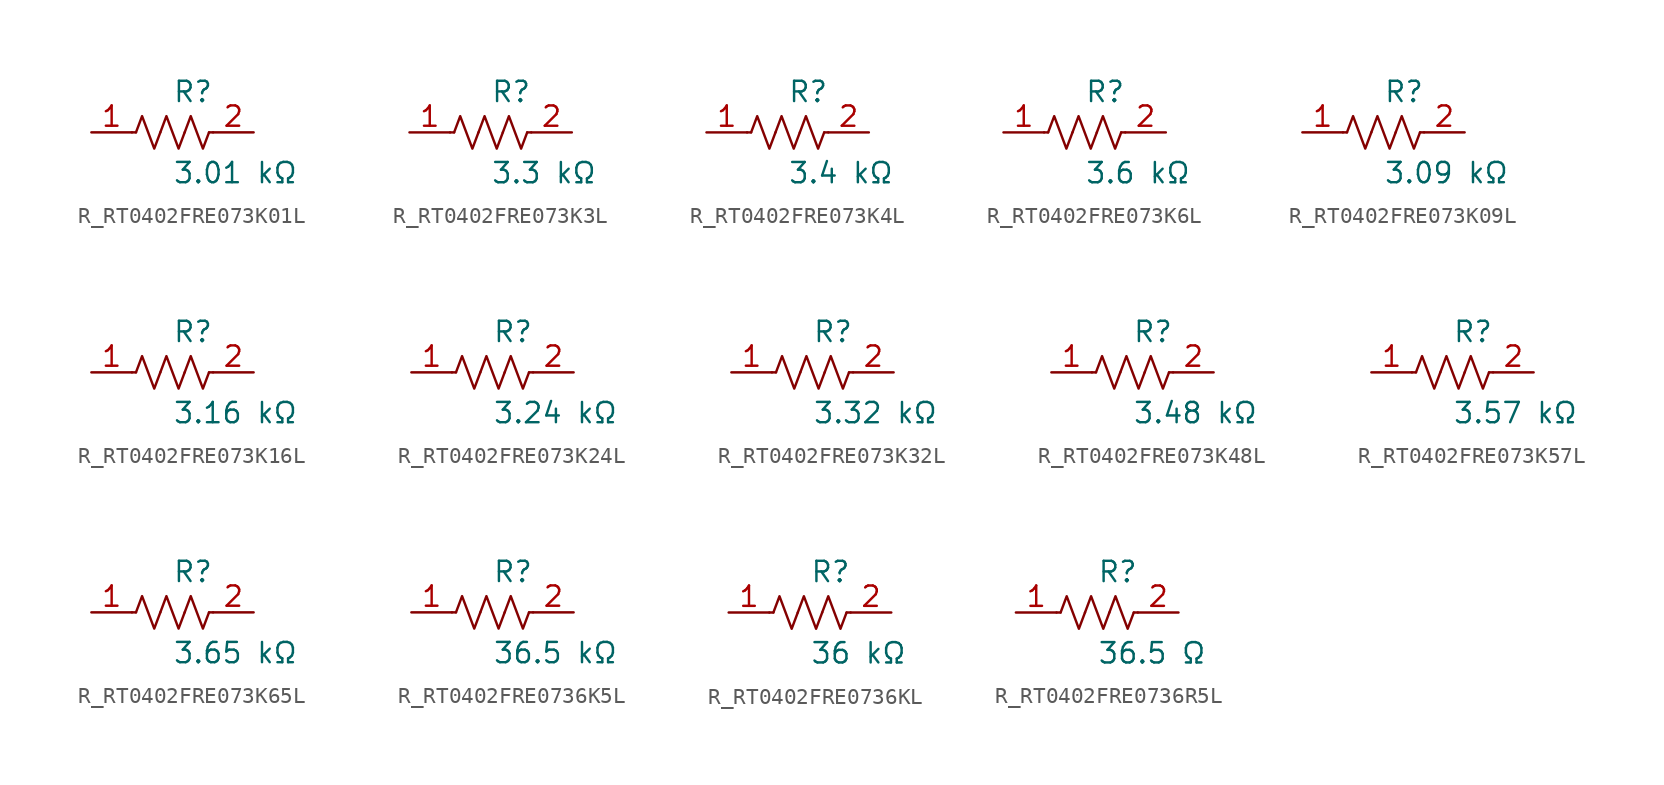
<source format=kicad_sym>
(kicad_symbol_lib
  (version 20231120)
  (generator kicad_symbol_editor)
  (generator_version 8.0)
  (symbol "R_RT0402FRE073K01L"
    (pin_names
      (offset 0.254))
    (property "Reference" "R"
      (at 0.0 2.54 0)
      (effects (font (size 1.27 1.27)) (justify left)))
    (property "Value" "3.01 kΩ"
      (at 0.0 -2.54 0)
      (effects (font (size 1.27 1.27)) (justify left)))
    (symbol "R_RT0402FRE073K01L_0_1"
      (polyline (pts (xy 2.286 0) (xy 2.54 0)) (stroke (width 0) (type default)) (fill (type none)))
      (polyline (pts (xy -2.286 0) (xy -2.54 0)) (stroke (width 0) (type default)) (fill (type none)))
      (polyline (pts (xy 0.762 0) (xy 1.143 1.016) (xy 1.524 0) (xy 1.905 -1.016) (xy 2.286 0)) (stroke (width 0) (type default)) (fill (type none)))
      (polyline (pts (xy -0.762 0) (xy -0.381 1.016) (xy 0 0) (xy 0.381 -1.016) (xy 0.762 0)) (stroke (width 0) (type default)) (fill (type none)))
      (polyline (pts (xy -2.286 0) (xy -1.905 1.016) (xy -1.524 0) (xy -1.143 -1.016) (xy -0.762 0)) (stroke (width 0) (type default)) (fill (type none))))
    (pin unspecified line
      (at -5.08 0 0)
      (length 2.54)
      (name "" (effects (font (size 1.27 1.27))))
      (number "1" (effects (font (size 1.27 1.27)))))
    (pin unspecified line
      (at 5.08 0 180)
      (length 2.54)
      (name "" (effects (font (size 1.27 1.27))))
      (number "2" (effects (font (size 1.27 1.27))))))
  (symbol "R_RT0402FRE073K3L"
    (pin_names
      (offset 0.254))
    (property "Reference" "R"
      (at 0.0 2.54 0)
      (effects (font (size 1.27 1.27)) (justify left)))
    (property "Value" "3.3 kΩ"
      (at 0.0 -2.54 0)
      (effects (font (size 1.27 1.27)) (justify left)))
    (symbol "R_RT0402FRE073K3L_0_1"
      (polyline (pts (xy 2.286 0) (xy 2.54 0)) (stroke (width 0) (type default)) (fill (type none)))
      (polyline (pts (xy -2.286 0) (xy -2.54 0)) (stroke (width 0) (type default)) (fill (type none)))
      (polyline (pts (xy 0.762 0) (xy 1.143 1.016) (xy 1.524 0) (xy 1.905 -1.016) (xy 2.286 0)) (stroke (width 0) (type default)) (fill (type none)))
      (polyline (pts (xy -0.762 0) (xy -0.381 1.016) (xy 0 0) (xy 0.381 -1.016) (xy 0.762 0)) (stroke (width 0) (type default)) (fill (type none)))
      (polyline (pts (xy -2.286 0) (xy -1.905 1.016) (xy -1.524 0) (xy -1.143 -1.016) (xy -0.762 0)) (stroke (width 0) (type default)) (fill (type none))))
    (pin unspecified line
      (at -5.08 0 0)
      (length 2.54)
      (name "" (effects (font (size 1.27 1.27))))
      (number "1" (effects (font (size 1.27 1.27)))))
    (pin unspecified line
      (at 5.08 0 180)
      (length 2.54)
      (name "" (effects (font (size 1.27 1.27))))
      (number "2" (effects (font (size 1.27 1.27))))))
  (symbol "R_RT0402FRE073K4L"
    (pin_names
      (offset 0.254))
    (property "Reference" "R"
      (at 0.0 2.54 0)
      (effects (font (size 1.27 1.27)) (justify left)))
    (property "Value" "3.4 kΩ"
      (at 0.0 -2.54 0)
      (effects (font (size 1.27 1.27)) (justify left)))
    (symbol "R_RT0402FRE073K4L_0_1"
      (polyline (pts (xy 2.286 0) (xy 2.54 0)) (stroke (width 0) (type default)) (fill (type none)))
      (polyline (pts (xy -2.286 0) (xy -2.54 0)) (stroke (width 0) (type default)) (fill (type none)))
      (polyline (pts (xy 0.762 0) (xy 1.143 1.016) (xy 1.524 0) (xy 1.905 -1.016) (xy 2.286 0)) (stroke (width 0) (type default)) (fill (type none)))
      (polyline (pts (xy -0.762 0) (xy -0.381 1.016) (xy 0 0) (xy 0.381 -1.016) (xy 0.762 0)) (stroke (width 0) (type default)) (fill (type none)))
      (polyline (pts (xy -2.286 0) (xy -1.905 1.016) (xy -1.524 0) (xy -1.143 -1.016) (xy -0.762 0)) (stroke (width 0) (type default)) (fill (type none))))
    (pin unspecified line
      (at -5.08 0 0)
      (length 2.54)
      (name "" (effects (font (size 1.27 1.27))))
      (number "1" (effects (font (size 1.27 1.27)))))
    (pin unspecified line
      (at 5.08 0 180)
      (length 2.54)
      (name "" (effects (font (size 1.27 1.27))))
      (number "2" (effects (font (size 1.27 1.27))))))
  (symbol "R_RT0402FRE073K6L"
    (pin_names
      (offset 0.254))
    (property "Reference" "R"
      (at 0.0 2.54 0)
      (effects (font (size 1.27 1.27)) (justify left)))
    (property "Value" "3.6 kΩ"
      (at 0.0 -2.54 0)
      (effects (font (size 1.27 1.27)) (justify left)))
    (symbol "R_RT0402FRE073K6L_0_1"
      (polyline (pts (xy 2.286 0) (xy 2.54 0)) (stroke (width 0) (type default)) (fill (type none)))
      (polyline (pts (xy -2.286 0) (xy -2.54 0)) (stroke (width 0) (type default)) (fill (type none)))
      (polyline (pts (xy 0.762 0) (xy 1.143 1.016) (xy 1.524 0) (xy 1.905 -1.016) (xy 2.286 0)) (stroke (width 0) (type default)) (fill (type none)))
      (polyline (pts (xy -0.762 0) (xy -0.381 1.016) (xy 0 0) (xy 0.381 -1.016) (xy 0.762 0)) (stroke (width 0) (type default)) (fill (type none)))
      (polyline (pts (xy -2.286 0) (xy -1.905 1.016) (xy -1.524 0) (xy -1.143 -1.016) (xy -0.762 0)) (stroke (width 0) (type default)) (fill (type none))))
    (pin unspecified line
      (at -5.08 0 0)
      (length 2.54)
      (name "" (effects (font (size 1.27 1.27))))
      (number "1" (effects (font (size 1.27 1.27)))))
    (pin unspecified line
      (at 5.08 0 180)
      (length 2.54)
      (name "" (effects (font (size 1.27 1.27))))
      (number "2" (effects (font (size 1.27 1.27))))))
  (symbol "R_RT0402FRE073K09L"
    (pin_names
      (offset 0.254))
    (property "Reference" "R"
      (at 0.0 2.54 0)
      (effects (font (size 1.27 1.27)) (justify left)))
    (property "Value" "3.09 kΩ"
      (at 0.0 -2.54 0)
      (effects (font (size 1.27 1.27)) (justify left)))
    (symbol "R_RT0402FRE073K09L_0_1"
      (polyline (pts (xy 2.286 0) (xy 2.54 0)) (stroke (width 0) (type default)) (fill (type none)))
      (polyline (pts (xy -2.286 0) (xy -2.54 0)) (stroke (width 0) (type default)) (fill (type none)))
      (polyline (pts (xy 0.762 0) (xy 1.143 1.016) (xy 1.524 0) (xy 1.905 -1.016) (xy 2.286 0)) (stroke (width 0) (type default)) (fill (type none)))
      (polyline (pts (xy -0.762 0) (xy -0.381 1.016) (xy 0 0) (xy 0.381 -1.016) (xy 0.762 0)) (stroke (width 0) (type default)) (fill (type none)))
      (polyline (pts (xy -2.286 0) (xy -1.905 1.016) (xy -1.524 0) (xy -1.143 -1.016) (xy -0.762 0)) (stroke (width 0) (type default)) (fill (type none))))
    (pin unspecified line
      (at -5.08 0 0)
      (length 2.54)
      (name "" (effects (font (size 1.27 1.27))))
      (number "1" (effects (font (size 1.27 1.27)))))
    (pin unspecified line
      (at 5.08 0 180)
      (length 2.54)
      (name "" (effects (font (size 1.27 1.27))))
      (number "2" (effects (font (size 1.27 1.27))))))
  (symbol "R_RT0402FRE073K16L"
    (pin_names
      (offset 0.254))
    (property "Reference" "R"
      (at 0.0 2.54 0)
      (effects (font (size 1.27 1.27)) (justify left)))
    (property "Value" "3.16 kΩ"
      (at 0.0 -2.54 0)
      (effects (font (size 1.27 1.27)) (justify left)))
    (symbol "R_RT0402FRE073K16L_0_1"
      (polyline (pts (xy 2.286 0) (xy 2.54 0)) (stroke (width 0) (type default)) (fill (type none)))
      (polyline (pts (xy -2.286 0) (xy -2.54 0)) (stroke (width 0) (type default)) (fill (type none)))
      (polyline (pts (xy 0.762 0) (xy 1.143 1.016) (xy 1.524 0) (xy 1.905 -1.016) (xy 2.286 0)) (stroke (width 0) (type default)) (fill (type none)))
      (polyline (pts (xy -0.762 0) (xy -0.381 1.016) (xy 0 0) (xy 0.381 -1.016) (xy 0.762 0)) (stroke (width 0) (type default)) (fill (type none)))
      (polyline (pts (xy -2.286 0) (xy -1.905 1.016) (xy -1.524 0) (xy -1.143 -1.016) (xy -0.762 0)) (stroke (width 0) (type default)) (fill (type none))))
    (pin unspecified line
      (at -5.08 0 0)
      (length 2.54)
      (name "" (effects (font (size 1.27 1.27))))
      (number "1" (effects (font (size 1.27 1.27)))))
    (pin unspecified line
      (at 5.08 0 180)
      (length 2.54)
      (name "" (effects (font (size 1.27 1.27))))
      (number "2" (effects (font (size 1.27 1.27))))))
  (symbol "R_RT0402FRE073K24L"
    (pin_names
      (offset 0.254))
    (property "Reference" "R"
      (at 0.0 2.54 0)
      (effects (font (size 1.27 1.27)) (justify left)))
    (property "Value" "3.24 kΩ"
      (at 0.0 -2.54 0)
      (effects (font (size 1.27 1.27)) (justify left)))
    (symbol "R_RT0402FRE073K24L_0_1"
      (polyline (pts (xy 2.286 0) (xy 2.54 0)) (stroke (width 0) (type default)) (fill (type none)))
      (polyline (pts (xy -2.286 0) (xy -2.54 0)) (stroke (width 0) (type default)) (fill (type none)))
      (polyline (pts (xy 0.762 0) (xy 1.143 1.016) (xy 1.524 0) (xy 1.905 -1.016) (xy 2.286 0)) (stroke (width 0) (type default)) (fill (type none)))
      (polyline (pts (xy -0.762 0) (xy -0.381 1.016) (xy 0 0) (xy 0.381 -1.016) (xy 0.762 0)) (stroke (width 0) (type default)) (fill (type none)))
      (polyline (pts (xy -2.286 0) (xy -1.905 1.016) (xy -1.524 0) (xy -1.143 -1.016) (xy -0.762 0)) (stroke (width 0) (type default)) (fill (type none))))
    (pin unspecified line
      (at -5.08 0 0)
      (length 2.54)
      (name "" (effects (font (size 1.27 1.27))))
      (number "1" (effects (font (size 1.27 1.27)))))
    (pin unspecified line
      (at 5.08 0 180)
      (length 2.54)
      (name "" (effects (font (size 1.27 1.27))))
      (number "2" (effects (font (size 1.27 1.27))))))
  (symbol "R_RT0402FRE073K32L"
    (pin_names
      (offset 0.254))
    (property "Reference" "R"
      (at 0.0 2.54 0)
      (effects (font (size 1.27 1.27)) (justify left)))
    (property "Value" "3.32 kΩ"
      (at 0.0 -2.54 0)
      (effects (font (size 1.27 1.27)) (justify left)))
    (symbol "R_RT0402FRE073K32L_0_1"
      (polyline (pts (xy 2.286 0) (xy 2.54 0)) (stroke (width 0) (type default)) (fill (type none)))
      (polyline (pts (xy -2.286 0) (xy -2.54 0)) (stroke (width 0) (type default)) (fill (type none)))
      (polyline (pts (xy 0.762 0) (xy 1.143 1.016) (xy 1.524 0) (xy 1.905 -1.016) (xy 2.286 0)) (stroke (width 0) (type default)) (fill (type none)))
      (polyline (pts (xy -0.762 0) (xy -0.381 1.016) (xy 0 0) (xy 0.381 -1.016) (xy 0.762 0)) (stroke (width 0) (type default)) (fill (type none)))
      (polyline (pts (xy -2.286 0) (xy -1.905 1.016) (xy -1.524 0) (xy -1.143 -1.016) (xy -0.762 0)) (stroke (width 0) (type default)) (fill (type none))))
    (pin unspecified line
      (at -5.08 0 0)
      (length 2.54)
      (name "" (effects (font (size 1.27 1.27))))
      (number "1" (effects (font (size 1.27 1.27)))))
    (pin unspecified line
      (at 5.08 0 180)
      (length 2.54)
      (name "" (effects (font (size 1.27 1.27))))
      (number "2" (effects (font (size 1.27 1.27))))))
  (symbol "R_RT0402FRE073K48L"
    (pin_names
      (offset 0.254))
    (property "Reference" "R"
      (at 0.0 2.54 0)
      (effects (font (size 1.27 1.27)) (justify left)))
    (property "Value" "3.48 kΩ"
      (at 0.0 -2.54 0)
      (effects (font (size 1.27 1.27)) (justify left)))
    (symbol "R_RT0402FRE073K48L_0_1"
      (polyline (pts (xy 2.286 0) (xy 2.54 0)) (stroke (width 0) (type default)) (fill (type none)))
      (polyline (pts (xy -2.286 0) (xy -2.54 0)) (stroke (width 0) (type default)) (fill (type none)))
      (polyline (pts (xy 0.762 0) (xy 1.143 1.016) (xy 1.524 0) (xy 1.905 -1.016) (xy 2.286 0)) (stroke (width 0) (type default)) (fill (type none)))
      (polyline (pts (xy -0.762 0) (xy -0.381 1.016) (xy 0 0) (xy 0.381 -1.016) (xy 0.762 0)) (stroke (width 0) (type default)) (fill (type none)))
      (polyline (pts (xy -2.286 0) (xy -1.905 1.016) (xy -1.524 0) (xy -1.143 -1.016) (xy -0.762 0)) (stroke (width 0) (type default)) (fill (type none))))
    (pin unspecified line
      (at -5.08 0 0)
      (length 2.54)
      (name "" (effects (font (size 1.27 1.27))))
      (number "1" (effects (font (size 1.27 1.27)))))
    (pin unspecified line
      (at 5.08 0 180)
      (length 2.54)
      (name "" (effects (font (size 1.27 1.27))))
      (number "2" (effects (font (size 1.27 1.27))))))
  (symbol "R_RT0402FRE073K57L"
    (pin_names
      (offset 0.254))
    (property "Reference" "R"
      (at 0.0 2.54 0)
      (effects (font (size 1.27 1.27)) (justify left)))
    (property "Value" "3.57 kΩ"
      (at 0.0 -2.54 0)
      (effects (font (size 1.27 1.27)) (justify left)))
    (symbol "R_RT0402FRE073K57L_0_1"
      (polyline (pts (xy 2.286 0) (xy 2.54 0)) (stroke (width 0) (type default)) (fill (type none)))
      (polyline (pts (xy -2.286 0) (xy -2.54 0)) (stroke (width 0) (type default)) (fill (type none)))
      (polyline (pts (xy 0.762 0) (xy 1.143 1.016) (xy 1.524 0) (xy 1.905 -1.016) (xy 2.286 0)) (stroke (width 0) (type default)) (fill (type none)))
      (polyline (pts (xy -0.762 0) (xy -0.381 1.016) (xy 0 0) (xy 0.381 -1.016) (xy 0.762 0)) (stroke (width 0) (type default)) (fill (type none)))
      (polyline (pts (xy -2.286 0) (xy -1.905 1.016) (xy -1.524 0) (xy -1.143 -1.016) (xy -0.762 0)) (stroke (width 0) (type default)) (fill (type none))))
    (pin unspecified line
      (at -5.08 0 0)
      (length 2.54)
      (name "" (effects (font (size 1.27 1.27))))
      (number "1" (effects (font (size 1.27 1.27)))))
    (pin unspecified line
      (at 5.08 0 180)
      (length 2.54)
      (name "" (effects (font (size 1.27 1.27))))
      (number "2" (effects (font (size 1.27 1.27))))))
  (symbol "R_RT0402FRE073K65L"
    (pin_names
      (offset 0.254))
    (property "Reference" "R"
      (at 0.0 2.54 0)
      (effects (font (size 1.27 1.27)) (justify left)))
    (property "Value" "3.65 kΩ"
      (at 0.0 -2.54 0)
      (effects (font (size 1.27 1.27)) (justify left)))
    (symbol "R_RT0402FRE073K65L_0_1"
      (polyline (pts (xy 2.286 0) (xy 2.54 0)) (stroke (width 0) (type default)) (fill (type none)))
      (polyline (pts (xy -2.286 0) (xy -2.54 0)) (stroke (width 0) (type default)) (fill (type none)))
      (polyline (pts (xy 0.762 0) (xy 1.143 1.016) (xy 1.524 0) (xy 1.905 -1.016) (xy 2.286 0)) (stroke (width 0) (type default)) (fill (type none)))
      (polyline (pts (xy -0.762 0) (xy -0.381 1.016) (xy 0 0) (xy 0.381 -1.016) (xy 0.762 0)) (stroke (width 0) (type default)) (fill (type none)))
      (polyline (pts (xy -2.286 0) (xy -1.905 1.016) (xy -1.524 0) (xy -1.143 -1.016) (xy -0.762 0)) (stroke (width 0) (type default)) (fill (type none))))
    (pin unspecified line
      (at -5.08 0 0)
      (length 2.54)
      (name "" (effects (font (size 1.27 1.27))))
      (number "1" (effects (font (size 1.27 1.27)))))
    (pin unspecified line
      (at 5.08 0 180)
      (length 2.54)
      (name "" (effects (font (size 1.27 1.27))))
      (number "2" (effects (font (size 1.27 1.27))))))
  (symbol "R_RT0402FRE0736K5L"
    (pin_names
      (offset 0.254))
    (property "Reference" "R"
      (at 0.0 2.54 0)
      (effects (font (size 1.27 1.27)) (justify left)))
    (property "Value" "36.5 kΩ"
      (at 0.0 -2.54 0)
      (effects (font (size 1.27 1.27)) (justify left)))
    (symbol "R_RT0402FRE0736K5L_0_1"
      (polyline (pts (xy 2.286 0) (xy 2.54 0)) (stroke (width 0) (type default)) (fill (type none)))
      (polyline (pts (xy -2.286 0) (xy -2.54 0)) (stroke (width 0) (type default)) (fill (type none)))
      (polyline (pts (xy 0.762 0) (xy 1.143 1.016) (xy 1.524 0) (xy 1.905 -1.016) (xy 2.286 0)) (stroke (width 0) (type default)) (fill (type none)))
      (polyline (pts (xy -0.762 0) (xy -0.381 1.016) (xy 0 0) (xy 0.381 -1.016) (xy 0.762 0)) (stroke (width 0) (type default)) (fill (type none)))
      (polyline (pts (xy -2.286 0) (xy -1.905 1.016) (xy -1.524 0) (xy -1.143 -1.016) (xy -0.762 0)) (stroke (width 0) (type default)) (fill (type none))))
    (pin unspecified line
      (at -5.08 0 0)
      (length 2.54)
      (name "" (effects (font (size 1.27 1.27))))
      (number "1" (effects (font (size 1.27 1.27)))))
    (pin unspecified line
      (at 5.08 0 180)
      (length 2.54)
      (name "" (effects (font (size 1.27 1.27))))
      (number "2" (effects (font (size 1.27 1.27))))))
  (symbol "R_RT0402FRE0736KL"
    (pin_names
      (offset 0.254))
    (property "Reference" "R"
      (at 0.0 2.54 0)
      (effects (font (size 1.27 1.27)) (justify left)))
    (property "Value" "36 kΩ"
      (at 0.0 -2.54 0)
      (effects (font (size 1.27 1.27)) (justify left)))
    (symbol "R_RT0402FRE0736KL_0_1"
      (polyline (pts (xy 2.286 0) (xy 2.54 0)) (stroke (width 0) (type default)) (fill (type none)))
      (polyline (pts (xy -2.286 0) (xy -2.54 0)) (stroke (width 0) (type default)) (fill (type none)))
      (polyline (pts (xy 0.762 0) (xy 1.143 1.016) (xy 1.524 0) (xy 1.905 -1.016) (xy 2.286 0)) (stroke (width 0) (type default)) (fill (type none)))
      (polyline (pts (xy -0.762 0) (xy -0.381 1.016) (xy 0 0) (xy 0.381 -1.016) (xy 0.762 0)) (stroke (width 0) (type default)) (fill (type none)))
      (polyline (pts (xy -2.286 0) (xy -1.905 1.016) (xy -1.524 0) (xy -1.143 -1.016) (xy -0.762 0)) (stroke (width 0) (type default)) (fill (type none))))
    (pin unspecified line
      (at -5.08 0 0)
      (length 2.54)
      (name "" (effects (font (size 1.27 1.27))))
      (number "1" (effects (font (size 1.27 1.27)))))
    (pin unspecified line
      (at 5.08 0 180)
      (length 2.54)
      (name "" (effects (font (size 1.27 1.27))))
      (number "2" (effects (font (size 1.27 1.27))))))
  (symbol "R_RT0402FRE0736R5L"
    (pin_names
      (offset 0.254))
    (property "Reference" "R"
      (at 0.0 2.54 0)
      (effects (font (size 1.27 1.27)) (justify left)))
    (property "Value" "36.5 Ω"
      (at 0.0 -2.54 0)
      (effects (font (size 1.27 1.27)) (justify left)))
    (symbol "R_RT0402FRE0736R5L_0_1"
      (polyline (pts (xy 2.286 0) (xy 2.54 0)) (stroke (width 0) (type default)) (fill (type none)))
      (polyline (pts (xy -2.286 0) (xy -2.54 0)) (stroke (width 0) (type default)) (fill (type none)))
      (polyline (pts (xy 0.762 0) (xy 1.143 1.016) (xy 1.524 0) (xy 1.905 -1.016) (xy 2.286 0)) (stroke (width 0) (type default)) (fill (type none)))
      (polyline (pts (xy -0.762 0) (xy -0.381 1.016) (xy 0 0) (xy 0.381 -1.016) (xy 0.762 0)) (stroke (width 0) (type default)) (fill (type none)))
      (polyline (pts (xy -2.286 0) (xy -1.905 1.016) (xy -1.524 0) (xy -1.143 -1.016) (xy -0.762 0)) (stroke (width 0) (type default)) (fill (type none))))
    (pin unspecified line
      (at -5.08 0 0)
      (length 2.54)
      (name "" (effects (font (size 1.27 1.27))))
      (number "1" (effects (font (size 1.27 1.27)))))
    (pin unspecified line
      (at 5.08 0 180)
      (length 2.54)
      (name "" (effects (font (size 1.27 1.27))))
      (number "2" (effects (font (size 1.27 1.27)))))))
</source>
